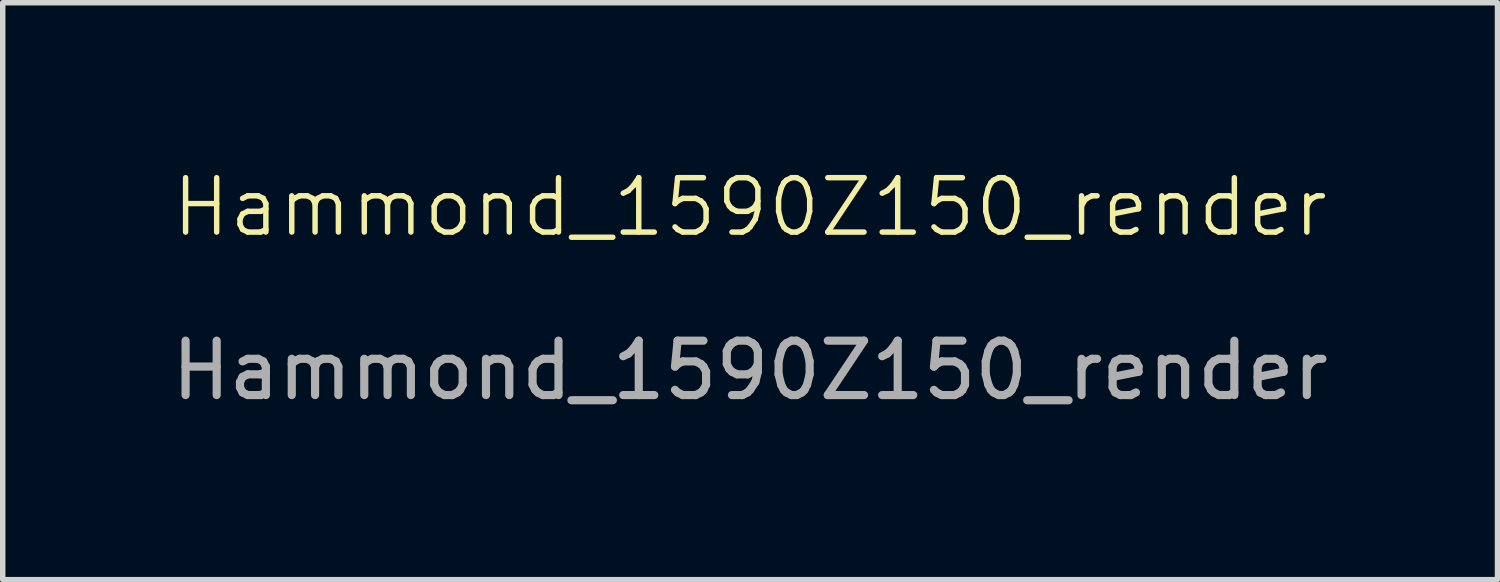
<source format=kicad_pcb>
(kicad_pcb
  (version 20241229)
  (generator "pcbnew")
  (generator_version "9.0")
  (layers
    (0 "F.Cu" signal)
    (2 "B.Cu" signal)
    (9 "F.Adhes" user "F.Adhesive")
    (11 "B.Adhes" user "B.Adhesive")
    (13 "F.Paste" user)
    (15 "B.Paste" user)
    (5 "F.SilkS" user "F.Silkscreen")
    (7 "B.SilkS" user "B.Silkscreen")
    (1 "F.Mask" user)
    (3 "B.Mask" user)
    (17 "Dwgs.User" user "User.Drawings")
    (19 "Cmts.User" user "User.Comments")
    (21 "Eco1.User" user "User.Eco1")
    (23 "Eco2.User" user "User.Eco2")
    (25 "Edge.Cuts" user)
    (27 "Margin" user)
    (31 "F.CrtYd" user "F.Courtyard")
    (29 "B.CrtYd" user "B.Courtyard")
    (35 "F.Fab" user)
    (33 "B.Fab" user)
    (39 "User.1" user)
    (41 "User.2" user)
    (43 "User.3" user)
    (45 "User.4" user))
  (footprint "Hammond_1590Z150_render"
    (layer "F.Cu")
    (at 10.744 1.26)
    (property "Reference" "Hammond_1590Z150_render" (at 0 -0.5 0) (unlocked yes) (layer "F.SilkS") (effects (font (size 1 1) (thickness 0.1))))
    (fp_text user "${REFERENCE}" (at 0 2.5 0) (unlocked yes) (layer "F.Fab") (effects (font (size 1 1) (thickness 0.15)))))
  (gr_rect
    (start -3 -3)
    (end 24.488 7.609)
    (stroke (width 0.1) (type default))
    (fill no)
    (layer "Edge.Cuts")))
</source>
